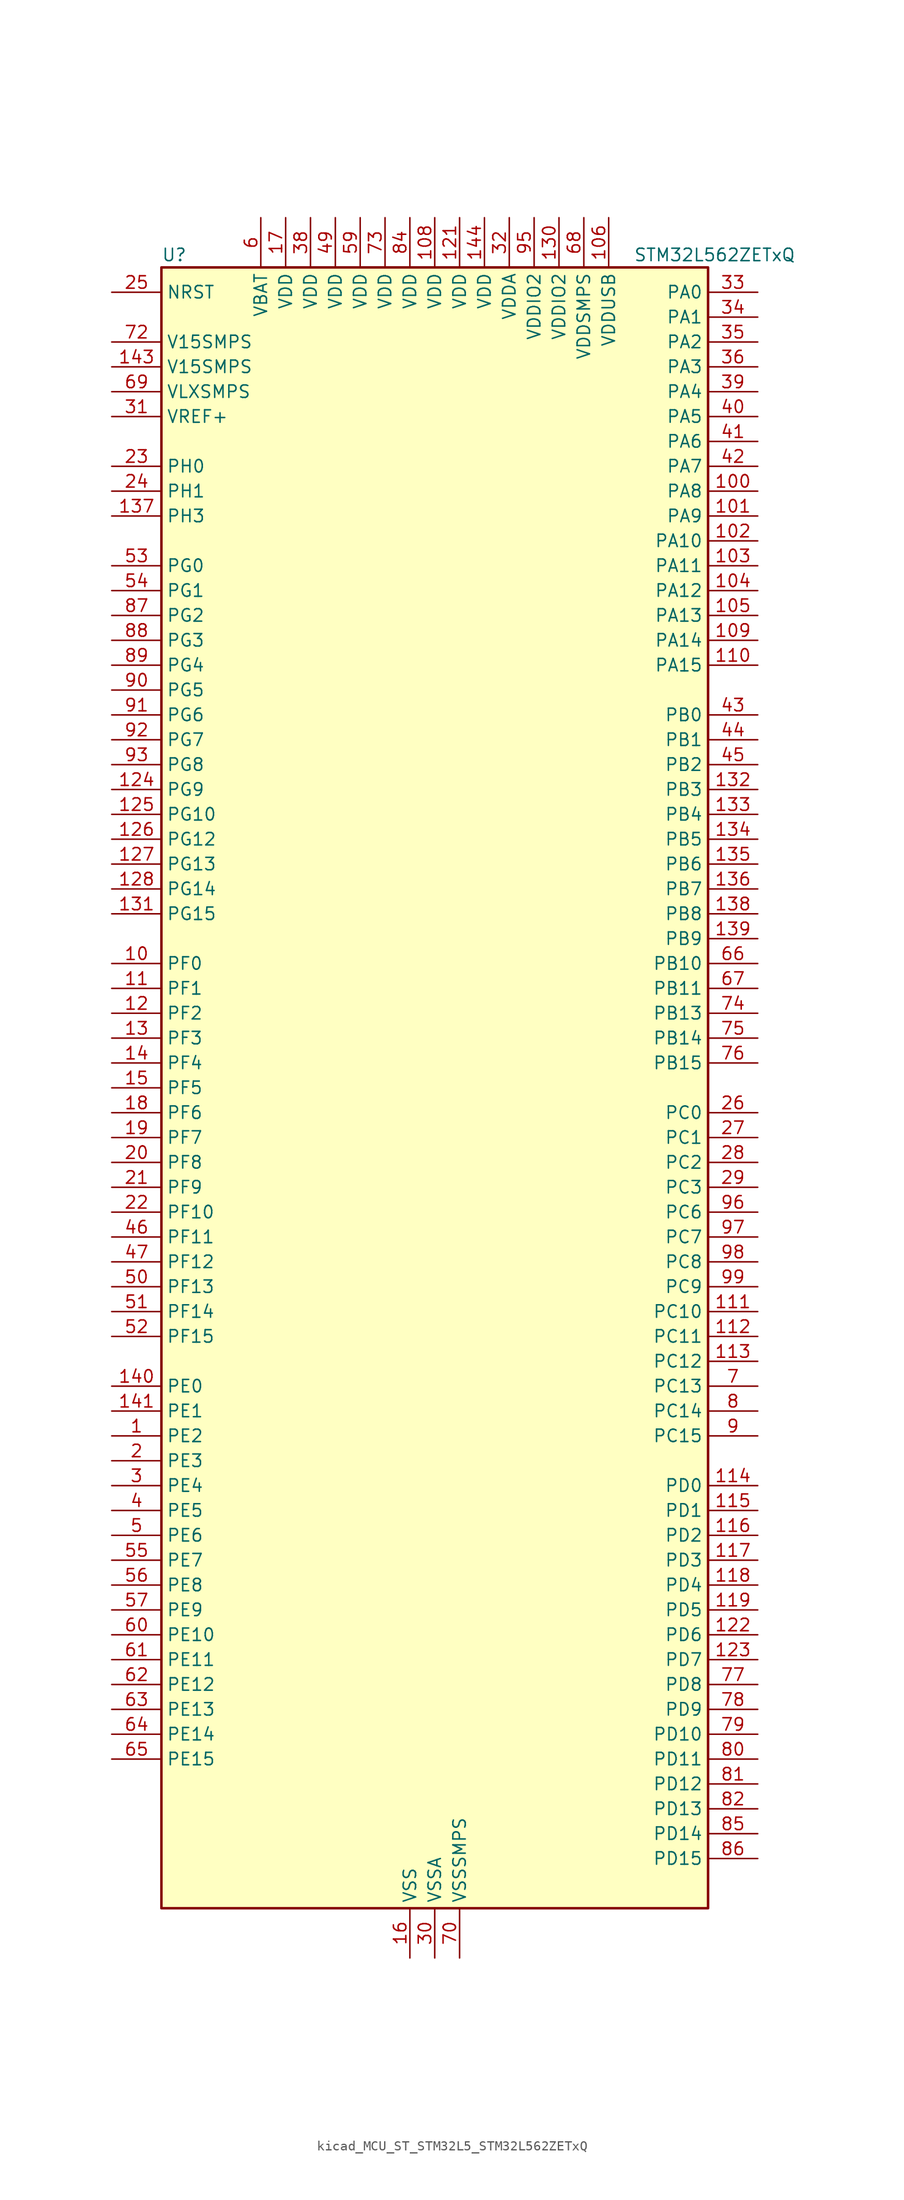
<source format=kicad_sym>
(kicad_symbol_lib
  (version 20220914)
  (generator kicad_symbol_editor)
  (symbol "kicad_MCU_ST_STM32L5_STM32L562ZETxQ"
    (property "Reference" "U"
      (at -27.94 85.09 0)
      (effects (font (size 1.27 1.27)) (justify left)))
    (property "Value" "STM32L562ZETxQ"
      (at 20.32 85.09 0)
      (effects (font (size 1.27 1.27)) (justify left)))
    (property "ki_locked" ""
      (at 0 0 0)
      (effects (font (size 1.27 1.27))))
    (symbol "kicad_MCU_ST_STM32L5_STM32L562ZETxQ_0_1"
      (rectangle (start -27.94 -83.82) (end 27.94 83.82) (stroke (width 0.254) (type default)) (fill (type background))))
    (symbol "kicad_MCU_ST_STM32L5_STM32L562ZETxQ_1_1"
      (pin bidirectional line (at -33.02 -35.56 0) (length 5.08) (name "PE2" (effects (font (size 1.27 1.27)))) (number "1" (effects (font (size 1.27 1.27)))) (alternate "DEBUG_TRACECLK" bidirectional line) (alternate "FMC_A23" bidirectional line) (alternate "SAI1_CK1" bidirectional line) (alternate "SAI1_MCLK_A" bidirectional line) (alternate "TIM3_ETR" bidirectional line) (alternate "TSC_G7_IO1" bidirectional line))
      (pin bidirectional line (at -33.02 12.7 0) (length 5.08) (name "PF0" (effects (font (size 1.27 1.27)))) (number "10" (effects (font (size 1.27 1.27)))) (alternate "FMC_A0" bidirectional line) (alternate "I2C2_SDA" bidirectional line))
      (pin bidirectional line (at 33.02 60.96 180) (length 5.08) (name "PA8" (effects (font (size 1.27 1.27)))) (number "100" (effects (font (size 1.27 1.27)))) (alternate "LPTIM2_OUT" bidirectional line) (alternate "RCC_MCO" bidirectional line) (alternate "SAI1_CK2" bidirectional line) (alternate "SAI1_SCK_A" bidirectional line) (alternate "TIM1_CH1" bidirectional line) (alternate "USART1_CK" bidirectional line))
      (pin bidirectional line (at 33.02 58.42 180) (length 5.08) (name "PA9" (effects (font (size 1.27 1.27)))) (number "101" (effects (font (size 1.27 1.27)))) (alternate "DAC1_EXTI9" bidirectional line) (alternate "SAI1_FS_A" bidirectional line) (alternate "SPI2_SCK" bidirectional line) (alternate "TIM15_BKIN" bidirectional line) (alternate "TIM1_CH2" bidirectional line) (alternate "USART1_TX" bidirectional line))
      (pin bidirectional line (at 33.02 55.88 180) (length 5.08) (name "PA10" (effects (font (size 1.27 1.27)))) (number "102" (effects (font (size 1.27 1.27)))) (alternate "CRS_SYNC" bidirectional line) (alternate "SAI1_D1" bidirectional line) (alternate "SAI1_SD_A" bidirectional line) (alternate "TIM17_BKIN" bidirectional line) (alternate "TIM1_CH3" bidirectional line) (alternate "USART1_RX" bidirectional line))
      (pin bidirectional line (at 33.02 53.34 180) (length 5.08) (name "PA11" (effects (font (size 1.27 1.27)))) (number "103" (effects (font (size 1.27 1.27)))) (alternate "ADC1_EXTI11" bidirectional line) (alternate "ADC2_EXTI11" bidirectional line) (alternate "FDCAN1_RX" bidirectional line) (alternate "SPI1_MISO" bidirectional line) (alternate "TIM1_BKIN2" bidirectional line) (alternate "TIM1_CH4" bidirectional line) (alternate "USART1_CTS" bidirectional line) (alternate "USART1_NSS" bidirectional line) (alternate "USB_DM" bidirectional line))
      (pin bidirectional line (at 33.02 50.8 180) (length 5.08) (name "PA12" (effects (font (size 1.27 1.27)))) (number "104" (effects (font (size 1.27 1.27)))) (alternate "FDCAN1_TX" bidirectional line) (alternate "SPI1_MOSI" bidirectional line) (alternate "TIM1_ETR" bidirectional line) (alternate "USART1_DE" bidirectional line) (alternate "USART1_RTS" bidirectional line) (alternate "USB_DP" bidirectional line))
      (pin bidirectional line (at 33.02 48.26 180) (length 5.08) (name "PA13" (effects (font (size 1.27 1.27)))) (number "105" (effects (font (size 1.27 1.27)))) (alternate "DEBUG_JTMS-SWDIO" bidirectional line) (alternate "IR_OUT" bidirectional line) (alternate "SAI1_SD_B" bidirectional line) (alternate "USB_NOE" bidirectional line))
      (pin power_in line (at 17.78 88.9 270) (length 5.08) (name "VDDUSB" (effects (font (size 1.27 1.27)))) (number "106" (effects (font (size 1.27 1.27)))))
      (pin passive line (at -2.54 -88.9 90) (length 5.08) hide (name "VSS" (effects (font (size 1.27 1.27)))) (number "107" (effects (font (size 1.27 1.27)))))
      (pin power_in line (at 0 88.9 270) (length 5.08) (name "VDD" (effects (font (size 1.27 1.27)))) (number "108" (effects (font (size 1.27 1.27)))))
      (pin bidirectional line (at 33.02 45.72 180) (length 5.08) (name "PA14" (effects (font (size 1.27 1.27)))) (number "109" (effects (font (size 1.27 1.27)))) (alternate "DEBUG_JTCK-SWCLK" bidirectional line) (alternate "I2C1_SMBA" bidirectional line) (alternate "I2C4_SMBA" bidirectional line) (alternate "LPTIM1_OUT" bidirectional line) (alternate "SAI1_FS_B" bidirectional line))
      (pin bidirectional line (at -33.02 10.16 0) (length 5.08) (name "PF1" (effects (font (size 1.27 1.27)))) (number "11" (effects (font (size 1.27 1.27)))) (alternate "FMC_A1" bidirectional line) (alternate "I2C2_SCL" bidirectional line))
      (pin bidirectional line (at 33.02 43.18 180) (length 5.08) (name "PA15" (effects (font (size 1.27 1.27)))) (number "110" (effects (font (size 1.27 1.27)))) (alternate "ADC1_EXTI15" bidirectional line) (alternate "ADC2_EXTI15" bidirectional line) (alternate "DEBUG_JTDI" bidirectional line) (alternate "SAI2_FS_B" bidirectional line) (alternate "SPI1_NSS" bidirectional line) (alternate "SPI3_NSS" bidirectional line) (alternate "TIM2_CH1" bidirectional line) (alternate "TIM2_ETR" bidirectional line) (alternate "UART4_DE" bidirectional line) (alternate "UART4_RTS" bidirectional line) (alternate "UCPD1_CC1" bidirectional line) (alternate "USART2_RX" bidirectional line) (alternate "USART3_DE" bidirectional line) (alternate "USART3_RTS" bidirectional line))
      (pin bidirectional line (at 33.02 -22.86 180) (length 5.08) (name "PC10" (effects (font (size 1.27 1.27)))) (number "111" (effects (font (size 1.27 1.27)))) (alternate "DEBUG_TRACED1" bidirectional line) (alternate "LPTIM3_ETR" bidirectional line) (alternate "SAI2_SCK_B" bidirectional line) (alternate "SDMMC1_D2" bidirectional line) (alternate "SPI3_SCK" bidirectional line) (alternate "TSC_G3_IO2" bidirectional line) (alternate "UART4_TX" bidirectional line) (alternate "USART3_TX" bidirectional line))
      (pin bidirectional line (at 33.02 -25.4 180) (length 5.08) (name "PC11" (effects (font (size 1.27 1.27)))) (number "112" (effects (font (size 1.27 1.27)))) (alternate "ADC1_EXTI11" bidirectional line) (alternate "ADC2_EXTI11" bidirectional line) (alternate "LPTIM3_IN1" bidirectional line) (alternate "OCTOSPI1_NCS" bidirectional line) (alternate "SAI2_MCLK_B" bidirectional line) (alternate "SDMMC1_D3" bidirectional line) (alternate "SPI3_MISO" bidirectional line) (alternate "TSC_G3_IO3" bidirectional line) (alternate "UART4_RX" bidirectional line) (alternate "UCPD1_FRSTX2" bidirectional line) (alternate "USART3_RX" bidirectional line))
      (pin bidirectional line (at 33.02 -27.94 180) (length 5.08) (name "PC12" (effects (font (size 1.27 1.27)))) (number "113" (effects (font (size 1.27 1.27)))) (alternate "DEBUG_TRACED3" bidirectional line) (alternate "SAI2_SD_B" bidirectional line) (alternate "SDMMC1_CK" bidirectional line) (alternate "SPI3_MOSI" bidirectional line) (alternate "TSC_G3_IO4" bidirectional line) (alternate "UART5_TX" bidirectional line) (alternate "USART3_CK" bidirectional line))
      (pin bidirectional line (at 33.02 -40.64 180) (length 5.08) (name "PD0" (effects (font (size 1.27 1.27)))) (number "114" (effects (font (size 1.27 1.27)))) (alternate "FDCAN1_RX" bidirectional line) (alternate "FMC_D2" bidirectional line) (alternate "FMC_DA2" bidirectional line) (alternate "SPI2_NSS" bidirectional line))
      (pin bidirectional line (at 33.02 -43.18 180) (length 5.08) (name "PD1" (effects (font (size 1.27 1.27)))) (number "115" (effects (font (size 1.27 1.27)))) (alternate "FDCAN1_TX" bidirectional line) (alternate "FMC_D3" bidirectional line) (alternate "FMC_DA3" bidirectional line) (alternate "SPI2_SCK" bidirectional line))
      (pin bidirectional line (at 33.02 -45.72 180) (length 5.08) (name "PD2" (effects (font (size 1.27 1.27)))) (number "116" (effects (font (size 1.27 1.27)))) (alternate "DEBUG_TRACED2" bidirectional line) (alternate "SDMMC1_CMD" bidirectional line) (alternate "TIM3_ETR" bidirectional line) (alternate "TSC_SYNC" bidirectional line) (alternate "UART5_RX" bidirectional line) (alternate "USART3_DE" bidirectional line) (alternate "USART3_RTS" bidirectional line))
      (pin bidirectional line (at 33.02 -48.26 180) (length 5.08) (name "PD3" (effects (font (size 1.27 1.27)))) (number "117" (effects (font (size 1.27 1.27)))) (alternate "DFSDM1_DATIN0" bidirectional line) (alternate "FMC_CLK" bidirectional line) (alternate "SPI2_MISO" bidirectional line) (alternate "SPI2_SCK" bidirectional line) (alternate "USART2_CTS" bidirectional line) (alternate "USART2_NSS" bidirectional line))
      (pin bidirectional line (at 33.02 -50.8 180) (length 5.08) (name "PD4" (effects (font (size 1.27 1.27)))) (number "118" (effects (font (size 1.27 1.27)))) (alternate "DFSDM1_CKIN0" bidirectional line) (alternate "FMC_NOE" bidirectional line) (alternate "OCTOSPI1_IO4" bidirectional line) (alternate "SPI2_MOSI" bidirectional line) (alternate "USART2_DE" bidirectional line) (alternate "USART2_RTS" bidirectional line))
      (pin bidirectional line (at 33.02 -53.34 180) (length 5.08) (name "PD5" (effects (font (size 1.27 1.27)))) (number "119" (effects (font (size 1.27 1.27)))) (alternate "FMC_NWE" bidirectional line) (alternate "OCTOSPI1_IO5" bidirectional line) (alternate "USART2_TX" bidirectional line))
      (pin bidirectional line (at -33.02 7.62 0) (length 5.08) (name "PF2" (effects (font (size 1.27 1.27)))) (number "12" (effects (font (size 1.27 1.27)))) (alternate "FMC_A2" bidirectional line) (alternate "I2C2_SMBA" bidirectional line))
      (pin passive line (at -2.54 -88.9 90) (length 5.08) hide (name "VSS" (effects (font (size 1.27 1.27)))) (number "120" (effects (font (size 1.27 1.27)))))
      (pin power_in line (at 2.54 88.9 270) (length 5.08) (name "VDD" (effects (font (size 1.27 1.27)))) (number "121" (effects (font (size 1.27 1.27)))))
      (pin bidirectional line (at 33.02 -55.88 180) (length 5.08) (name "PD6" (effects (font (size 1.27 1.27)))) (number "122" (effects (font (size 1.27 1.27)))) (alternate "DFSDM1_DATIN1" bidirectional line) (alternate "FMC_NWAIT" bidirectional line) (alternate "OCTOSPI1_IO6" bidirectional line) (alternate "SAI1_D1" bidirectional line) (alternate "SAI1_SD_A" bidirectional line) (alternate "SPI3_MOSI" bidirectional line) (alternate "USART2_RX" bidirectional line))
      (pin bidirectional line (at 33.02 -58.42 180) (length 5.08) (name "PD7" (effects (font (size 1.27 1.27)))) (number "123" (effects (font (size 1.27 1.27)))) (alternate "DFSDM1_CKIN1" bidirectional line) (alternate "FMC_NCE" bidirectional line) (alternate "FMC_NE1" bidirectional line) (alternate "OCTOSPI1_IO7" bidirectional line) (alternate "USART2_CK" bidirectional line))
      (pin bidirectional line (at -33.02 30.48 0) (length 5.08) (name "PG9" (effects (font (size 1.27 1.27)))) (number "124" (effects (font (size 1.27 1.27)))) (alternate "DAC1_EXTI9" bidirectional line) (alternate "FMC_NCE" bidirectional line) (alternate "FMC_NE2" bidirectional line) (alternate "SAI2_SCK_A" bidirectional line) (alternate "SPI3_SCK" bidirectional line) (alternate "TIM15_CH1N" bidirectional line) (alternate "USART1_TX" bidirectional line))
      (pin bidirectional line (at -33.02 27.94 0) (length 5.08) (name "PG10" (effects (font (size 1.27 1.27)))) (number "125" (effects (font (size 1.27 1.27)))) (alternate "FMC_NE3" bidirectional line) (alternate "LPTIM1_IN1" bidirectional line) (alternate "SAI2_FS_A" bidirectional line) (alternate "SPI3_MISO" bidirectional line) (alternate "TIM15_CH1" bidirectional line) (alternate "USART1_RX" bidirectional line))
      (pin bidirectional line (at -33.02 25.4 0) (length 5.08) (name "PG12" (effects (font (size 1.27 1.27)))) (number "126" (effects (font (size 1.27 1.27)))) (alternate "FMC_NE4" bidirectional line) (alternate "LPTIM1_ETR" bidirectional line) (alternate "SAI2_SD_A" bidirectional line) (alternate "SPI3_NSS" bidirectional line) (alternate "USART1_DE" bidirectional line) (alternate "USART1_RTS" bidirectional line))
      (pin bidirectional line (at -33.02 22.86 0) (length 5.08) (name "PG13" (effects (font (size 1.27 1.27)))) (number "127" (effects (font (size 1.27 1.27)))) (alternate "FMC_A24" bidirectional line) (alternate "I2C1_SDA" bidirectional line) (alternate "USART1_CK" bidirectional line))
      (pin bidirectional line (at -33.02 20.32 0) (length 5.08) (name "PG14" (effects (font (size 1.27 1.27)))) (number "128" (effects (font (size 1.27 1.27)))) (alternate "FMC_A25" bidirectional line) (alternate "I2C1_SCL" bidirectional line))
      (pin passive line (at -2.54 -88.9 90) (length 5.08) hide (name "VSS" (effects (font (size 1.27 1.27)))) (number "129" (effects (font (size 1.27 1.27)))))
      (pin bidirectional line (at -33.02 5.08 0) (length 5.08) (name "PF3" (effects (font (size 1.27 1.27)))) (number "13" (effects (font (size 1.27 1.27)))) (alternate "FMC_A3" bidirectional line) (alternate "LPTIM3_IN1" bidirectional line))
      (pin power_in line (at 12.7 88.9 270) (length 5.08) (name "VDDIO2" (effects (font (size 1.27 1.27)))) (number "130" (effects (font (size 1.27 1.27)))))
      (pin bidirectional line (at -33.02 17.78 0) (length 5.08) (name "PG15" (effects (font (size 1.27 1.27)))) (number "131" (effects (font (size 1.27 1.27)))) (alternate "ADC1_EXTI15" bidirectional line) (alternate "ADC2_EXTI15" bidirectional line) (alternate "I2C1_SMBA" bidirectional line) (alternate "LPTIM1_OUT" bidirectional line))
      (pin bidirectional line (at 33.02 30.48 180) (length 5.08) (name "PB3" (effects (font (size 1.27 1.27)))) (number "132" (effects (font (size 1.27 1.27)))) (alternate "COMP2_INM" bidirectional line) (alternate "CRS_SYNC" bidirectional line) (alternate "DEBUG_JTDO-SWO" bidirectional line) (alternate "SAI1_SCK_B" bidirectional line) (alternate "SPI1_SCK" bidirectional line) (alternate "SPI3_SCK" bidirectional line) (alternate "TIM2_CH2" bidirectional line) (alternate "USART1_DE" bidirectional line) (alternate "USART1_RTS" bidirectional line))
      (pin bidirectional line (at 33.02 27.94 180) (length 5.08) (name "PB4" (effects (font (size 1.27 1.27)))) (number "133" (effects (font (size 1.27 1.27)))) (alternate "COMP2_INP" bidirectional line) (alternate "DEBUG_JTRST" bidirectional line) (alternate "I2C3_SDA" bidirectional line) (alternate "SAI1_MCLK_B" bidirectional line) (alternate "SPI1_MISO" bidirectional line) (alternate "SPI3_MISO" bidirectional line) (alternate "TIM17_BKIN" bidirectional line) (alternate "TIM3_CH1" bidirectional line) (alternate "TSC_G2_IO1" bidirectional line) (alternate "UART5_DE" bidirectional line) (alternate "UART5_RTS" bidirectional line) (alternate "USART1_CTS" bidirectional line) (alternate "USART1_NSS" bidirectional line))
      (pin bidirectional line (at 33.02 25.4 180) (length 5.08) (name "PB5" (effects (font (size 1.27 1.27)))) (number "134" (effects (font (size 1.27 1.27)))) (alternate "COMP2_OUT" bidirectional line) (alternate "I2C1_SMBA" bidirectional line) (alternate "LPTIM1_IN1" bidirectional line) (alternate "OCTOSPI1_NCLK" bidirectional line) (alternate "SAI1_SD_B" bidirectional line) (alternate "SPI1_MOSI" bidirectional line) (alternate "SPI3_MOSI" bidirectional line) (alternate "TIM16_BKIN" bidirectional line) (alternate "TIM3_CH2" bidirectional line) (alternate "TSC_G2_IO2" bidirectional line) (alternate "UART5_CTS" bidirectional line) (alternate "UCPD1_DBCC1" bidirectional line) (alternate "USART1_CK" bidirectional line))
      (pin bidirectional line (at 33.02 22.86 180) (length 5.08) (name "PB6" (effects (font (size 1.27 1.27)))) (number "135" (effects (font (size 1.27 1.27)))) (alternate "COMP2_INP" bidirectional line) (alternate "I2C1_SCL" bidirectional line) (alternate "I2C4_SCL" bidirectional line) (alternate "LPTIM1_ETR" bidirectional line) (alternate "SAI1_FS_B" bidirectional line) (alternate "TIM16_CH1N" bidirectional line) (alternate "TIM4_CH1" bidirectional line) (alternate "TIM8_BKIN2" bidirectional line) (alternate "TSC_G2_IO3" bidirectional line) (alternate "USART1_TX" bidirectional line))
      (pin bidirectional line (at 33.02 20.32 180) (length 5.08) (name "PB7" (effects (font (size 1.27 1.27)))) (number "136" (effects (font (size 1.27 1.27)))) (alternate "COMP2_INM" bidirectional line) (alternate "FMC_NL" bidirectional line) (alternate "I2C1_SDA" bidirectional line) (alternate "I2C4_SDA" bidirectional line) (alternate "LPTIM1_IN2" bidirectional line) (alternate "PWR_PVD_IN" bidirectional line) (alternate "TIM17_CH1N" bidirectional line) (alternate "TIM4_CH2" bidirectional line) (alternate "TIM8_BKIN" bidirectional line) (alternate "TSC_G2_IO4" bidirectional line) (alternate "UART4_CTS" bidirectional line) (alternate "USART1_RX" bidirectional line))
      (pin bidirectional line (at -33.02 58.42 0) (length 5.08) (name "PH3" (effects (font (size 1.27 1.27)))) (number "137" (effects (font (size 1.27 1.27)))))
      (pin bidirectional line (at 33.02 17.78 180) (length 5.08) (name "PB8" (effects (font (size 1.27 1.27)))) (number "138" (effects (font (size 1.27 1.27)))) (alternate "DFSDM1_CKOUT" bidirectional line) (alternate "FDCAN1_RX" bidirectional line) (alternate "I2C1_SCL" bidirectional line) (alternate "SAI1_CK1" bidirectional line) (alternate "SAI1_MCLK_A" bidirectional line) (alternate "SDMMC1_CKIN" bidirectional line) (alternate "SDMMC1_D4" bidirectional line) (alternate "TIM16_CH1" bidirectional line) (alternate "TIM4_CH3" bidirectional line))
      (pin bidirectional line (at 33.02 15.24 180) (length 5.08) (name "PB9" (effects (font (size 1.27 1.27)))) (number "139" (effects (font (size 1.27 1.27)))) (alternate "DAC1_EXTI9" bidirectional line) (alternate "FDCAN1_TX" bidirectional line) (alternate "I2C1_SDA" bidirectional line) (alternate "IR_OUT" bidirectional line) (alternate "SAI1_D2" bidirectional line) (alternate "SAI1_FS_A" bidirectional line) (alternate "SDMMC1_CDIR" bidirectional line) (alternate "SDMMC1_D5" bidirectional line) (alternate "SPI2_NSS" bidirectional line) (alternate "TIM17_CH1" bidirectional line) (alternate "TIM4_CH4" bidirectional line))
      (pin bidirectional line (at -33.02 2.54 0) (length 5.08) (name "PF4" (effects (font (size 1.27 1.27)))) (number "14" (effects (font (size 1.27 1.27)))) (alternate "FMC_A4" bidirectional line) (alternate "LPTIM3_ETR" bidirectional line))
      (pin bidirectional line (at -33.02 -30.48 0) (length 5.08) (name "PE0" (effects (font (size 1.27 1.27)))) (number "140" (effects (font (size 1.27 1.27)))) (alternate "FMC_NBL0" bidirectional line) (alternate "TIM16_CH1" bidirectional line) (alternate "TIM4_ETR" bidirectional line))
      (pin bidirectional line (at -33.02 -33.02 0) (length 5.08) (name "PE1" (effects (font (size 1.27 1.27)))) (number "141" (effects (font (size 1.27 1.27)))) (alternate "FMC_NBL1" bidirectional line) (alternate "TIM17_CH1" bidirectional line))
      (pin passive line (at -2.54 -88.9 90) (length 5.08) hide (name "VSS" (effects (font (size 1.27 1.27)))) (number "142" (effects (font (size 1.27 1.27)))))
      (pin power_in line (at -33.02 73.66 0) (length 5.08) (name "V15SMPS" (effects (font (size 1.27 1.27)))) (number "143" (effects (font (size 1.27 1.27)))))
      (pin power_in line (at 5.08 88.9 270) (length 5.08) (name "VDD" (effects (font (size 1.27 1.27)))) (number "144" (effects (font (size 1.27 1.27)))))
      (pin bidirectional line (at -33.02 0 0) (length 5.08) (name "PF5" (effects (font (size 1.27 1.27)))) (number "15" (effects (font (size 1.27 1.27)))) (alternate "FMC_A5" bidirectional line) (alternate "LPTIM3_OUT" bidirectional line))
      (pin power_in line (at -2.54 -88.9 90) (length 5.08) (name "VSS" (effects (font (size 1.27 1.27)))) (number "16" (effects (font (size 1.27 1.27)))))
      (pin power_in line (at -15.24 88.9 270) (length 5.08) (name "VDD" (effects (font (size 1.27 1.27)))) (number "17" (effects (font (size 1.27 1.27)))))
      (pin bidirectional line (at -33.02 -2.54 0) (length 5.08) (name "PF6" (effects (font (size 1.27 1.27)))) (number "18" (effects (font (size 1.27 1.27)))) (alternate "OCTOSPI1_IO3" bidirectional line) (alternate "SAI1_SD_B" bidirectional line) (alternate "TIM5_CH1" bidirectional line) (alternate "TIM5_ETR" bidirectional line))
      (pin bidirectional line (at -33.02 -5.08 0) (length 5.08) (name "PF7" (effects (font (size 1.27 1.27)))) (number "19" (effects (font (size 1.27 1.27)))) (alternate "OCTOSPI1_IO2" bidirectional line) (alternate "SAI1_MCLK_B" bidirectional line) (alternate "TAMP_IN6" bidirectional line) (alternate "TAMP_OUT3" bidirectional line) (alternate "TIM5_CH2" bidirectional line))
      (pin bidirectional line (at -33.02 -38.1 0) (length 5.08) (name "PE3" (effects (font (size 1.27 1.27)))) (number "2" (effects (font (size 1.27 1.27)))) (alternate "DEBUG_TRACED0" bidirectional line) (alternate "FMC_A19" bidirectional line) (alternate "OCTOSPI1_DQS" bidirectional line) (alternate "SAI1_SD_B" bidirectional line) (alternate "TIM3_CH1" bidirectional line) (alternate "TSC_G7_IO2" bidirectional line))
      (pin bidirectional line (at -33.02 -7.62 0) (length 5.08) (name "PF8" (effects (font (size 1.27 1.27)))) (number "20" (effects (font (size 1.27 1.27)))) (alternate "OCTOSPI1_IO0" bidirectional line) (alternate "SAI1_SCK_B" bidirectional line) (alternate "TAMP_IN7" bidirectional line) (alternate "TAMP_OUT8" bidirectional line) (alternate "TIM5_CH3" bidirectional line))
      (pin bidirectional line (at -33.02 -10.16 0) (length 5.08) (name "PF9" (effects (font (size 1.27 1.27)))) (number "21" (effects (font (size 1.27 1.27)))) (alternate "DAC1_EXTI9" bidirectional line) (alternate "OCTOSPI1_IO1" bidirectional line) (alternate "SAI1_FS_B" bidirectional line) (alternate "TAMP_IN8" bidirectional line) (alternate "TAMP_OUT7" bidirectional line) (alternate "TIM15_CH1" bidirectional line) (alternate "TIM5_CH4" bidirectional line))
      (pin bidirectional line (at -33.02 -12.7 0) (length 5.08) (name "PF10" (effects (font (size 1.27 1.27)))) (number "22" (effects (font (size 1.27 1.27)))) (alternate "DFSDM1_CKOUT" bidirectional line) (alternate "OCTOSPI1_CLK" bidirectional line) (alternate "SAI1_D3" bidirectional line) (alternate "TIM15_CH2" bidirectional line))
      (pin bidirectional line (at -33.02 63.5 0) (length 5.08) (name "PH0" (effects (font (size 1.27 1.27)))) (number "23" (effects (font (size 1.27 1.27)))) (alternate "RCC_OSC_IN" bidirectional line))
      (pin bidirectional line (at -33.02 60.96 0) (length 5.08) (name "PH1" (effects (font (size 1.27 1.27)))) (number "24" (effects (font (size 1.27 1.27)))) (alternate "RCC_OSC_OUT" bidirectional line))
      (pin input line (at -33.02 81.28 0) (length 5.08) (name "NRST" (effects (font (size 1.27 1.27)))) (number "25" (effects (font (size 1.27 1.27)))))
      (pin bidirectional line (at 33.02 -2.54 180) (length 5.08) (name "PC0" (effects (font (size 1.27 1.27)))) (number "26" (effects (font (size 1.27 1.27)))) (alternate "ADC1_IN1" bidirectional line) (alternate "ADC2_IN1" bidirectional line) (alternate "I2C3_SCL" bidirectional line) (alternate "LPTIM1_IN1" bidirectional line) (alternate "LPTIM2_IN1" bidirectional line) (alternate "LPUART1_RX" bidirectional line) (alternate "OCTOSPI1_IO7" bidirectional line) (alternate "SAI2_FS_A" bidirectional line) (alternate "SDMMC1_D5" bidirectional line))
      (pin bidirectional line (at 33.02 -5.08 180) (length 5.08) (name "PC1" (effects (font (size 1.27 1.27)))) (number "27" (effects (font (size 1.27 1.27)))) (alternate "ADC1_IN2" bidirectional line) (alternate "ADC2_IN2" bidirectional line) (alternate "DEBUG_TRACED0" bidirectional line) (alternate "I2C3_SDA" bidirectional line) (alternate "LPTIM1_OUT" bidirectional line) (alternate "LPUART1_TX" bidirectional line) (alternate "OCTOSPI1_IO4" bidirectional line) (alternate "SAI1_SD_A" bidirectional line) (alternate "SPI2_MOSI" bidirectional line))
      (pin bidirectional line (at 33.02 -7.62 180) (length 5.08) (name "PC2" (effects (font (size 1.27 1.27)))) (number "28" (effects (font (size 1.27 1.27)))) (alternate "ADC1_IN3" bidirectional line) (alternate "ADC2_IN3" bidirectional line) (alternate "DFSDM1_CKOUT" bidirectional line) (alternate "LPTIM1_IN2" bidirectional line) (alternate "OCTOSPI1_IO5" bidirectional line) (alternate "SPI2_MISO" bidirectional line))
      (pin bidirectional line (at 33.02 -10.16 180) (length 5.08) (name "PC3" (effects (font (size 1.27 1.27)))) (number "29" (effects (font (size 1.27 1.27)))) (alternate "ADC1_IN4" bidirectional line) (alternate "ADC2_IN4" bidirectional line) (alternate "LPTIM1_ETR" bidirectional line) (alternate "LPTIM2_ETR" bidirectional line) (alternate "LPTIM3_OUT" bidirectional line) (alternate "OCTOSPI1_IO6" bidirectional line) (alternate "SAI1_D1" bidirectional line) (alternate "SAI1_SD_A" bidirectional line) (alternate "SPI2_MOSI" bidirectional line))
      (pin bidirectional line (at -33.02 -40.64 0) (length 5.08) (name "PE4" (effects (font (size 1.27 1.27)))) (number "3" (effects (font (size 1.27 1.27)))) (alternate "DEBUG_TRACED1" bidirectional line) (alternate "DFSDM1_DATIN3" bidirectional line) (alternate "FMC_A20" bidirectional line) (alternate "SAI1_D2" bidirectional line) (alternate "SAI1_FS_A" bidirectional line) (alternate "TIM3_CH2" bidirectional line) (alternate "TSC_G7_IO3" bidirectional line))
      (pin power_in line (at 0 -88.9 90) (length 5.08) (name "VSSA" (effects (font (size 1.27 1.27)))) (number "30" (effects (font (size 1.27 1.27)))))
      (pin input line (at -33.02 68.58 0) (length 5.08) (name "VREF+" (effects (font (size 1.27 1.27)))) (number "31" (effects (font (size 1.27 1.27)))))
      (pin power_in line (at 7.62 88.9 270) (length 5.08) (name "VDDA" (effects (font (size 1.27 1.27)))) (number "32" (effects (font (size 1.27 1.27)))))
      (pin bidirectional line (at 33.02 81.28 180) (length 5.08) (name "PA0" (effects (font (size 1.27 1.27)))) (number "33" (effects (font (size 1.27 1.27)))) (alternate "ADC1_IN5" bidirectional line) (alternate "ADC2_IN5" bidirectional line) (alternate "OPAMP1_VINP" bidirectional line) (alternate "PWR_WKUP1" bidirectional line) (alternate "SAI1_EXTCLK" bidirectional line) (alternate "TAMP_IN2" bidirectional line) (alternate "TAMP_OUT1" bidirectional line) (alternate "TIM2_CH1" bidirectional line) (alternate "TIM2_ETR" bidirectional line) (alternate "TIM5_CH1" bidirectional line) (alternate "TIM8_ETR" bidirectional line) (alternate "UART4_TX" bidirectional line) (alternate "USART2_CTS" bidirectional line) (alternate "USART2_NSS" bidirectional line))
      (pin bidirectional line (at 33.02 78.74 180) (length 5.08) (name "PA1" (effects (font (size 1.27 1.27)))) (number "34" (effects (font (size 1.27 1.27)))) (alternate "ADC1_IN6" bidirectional line) (alternate "ADC2_IN6" bidirectional line) (alternate "I2C1_SMBA" bidirectional line) (alternate "OCTOSPI1_DQS" bidirectional line) (alternate "OPAMP1_VINM" bidirectional line) (alternate "SPI1_SCK" bidirectional line) (alternate "TAMP_IN5" bidirectional line) (alternate "TAMP_OUT4" bidirectional line) (alternate "TIM15_CH1N" bidirectional line) (alternate "TIM2_CH2" bidirectional line) (alternate "TIM5_CH2" bidirectional line) (alternate "UART4_RX" bidirectional line) (alternate "USART2_DE" bidirectional line) (alternate "USART2_RTS" bidirectional line))
      (pin bidirectional line (at 33.02 76.2 180) (length 5.08) (name "PA2" (effects (font (size 1.27 1.27)))) (number "35" (effects (font (size 1.27 1.27)))) (alternate "ADC1_IN7" bidirectional line) (alternate "ADC2_IN7" bidirectional line) (alternate "COMP1_INP" bidirectional line) (alternate "LPUART1_TX" bidirectional line) (alternate "OCTOSPI1_NCS" bidirectional line) (alternate "PWR_WKUP4" bidirectional line) (alternate "RCC_LSCO" bidirectional line) (alternate "SAI2_EXTCLK" bidirectional line) (alternate "TIM15_CH1" bidirectional line) (alternate "TIM2_CH3" bidirectional line) (alternate "TIM5_CH3" bidirectional line) (alternate "UCPD1_FRSTX1" bidirectional line) (alternate "USART2_TX" bidirectional line))
      (pin bidirectional line (at 33.02 73.66 180) (length 5.08) (name "PA3" (effects (font (size 1.27 1.27)))) (number "36" (effects (font (size 1.27 1.27)))) (alternate "ADC1_IN8" bidirectional line) (alternate "ADC2_IN8" bidirectional line) (alternate "LPUART1_RX" bidirectional line) (alternate "OCTOSPI1_CLK" bidirectional line) (alternate "OPAMP1_VOUT" bidirectional line) (alternate "SAI1_CK1" bidirectional line) (alternate "SAI1_MCLK_A" bidirectional line) (alternate "TIM15_CH2" bidirectional line) (alternate "TIM2_CH4" bidirectional line) (alternate "TIM5_CH4" bidirectional line) (alternate "USART2_RX" bidirectional line))
      (pin passive line (at -2.54 -88.9 90) (length 5.08) hide (name "VSS" (effects (font (size 1.27 1.27)))) (number "37" (effects (font (size 1.27 1.27)))))
      (pin power_in line (at -12.7 88.9 270) (length 5.08) (name "VDD" (effects (font (size 1.27 1.27)))) (number "38" (effects (font (size 1.27 1.27)))))
      (pin bidirectional line (at 33.02 71.12 180) (length 5.08) (name "PA4" (effects (font (size 1.27 1.27)))) (number "39" (effects (font (size 1.27 1.27)))) (alternate "ADC1_IN9" bidirectional line) (alternate "ADC2_IN9" bidirectional line) (alternate "DAC1_OUT1" bidirectional line) (alternate "LPTIM2_OUT" bidirectional line) (alternate "OCTOSPI1_NCS" bidirectional line) (alternate "SAI1_FS_B" bidirectional line) (alternate "SPI1_NSS" bidirectional line) (alternate "SPI3_NSS" bidirectional line) (alternate "USART2_CK" bidirectional line))
      (pin bidirectional line (at -33.02 -43.18 0) (length 5.08) (name "PE5" (effects (font (size 1.27 1.27)))) (number "4" (effects (font (size 1.27 1.27)))) (alternate "DEBUG_TRACED2" bidirectional line) (alternate "DFSDM1_CKIN3" bidirectional line) (alternate "FMC_A21" bidirectional line) (alternate "SAI1_CK2" bidirectional line) (alternate "SAI1_SCK_A" bidirectional line) (alternate "TIM3_CH3" bidirectional line) (alternate "TSC_G7_IO4" bidirectional line))
      (pin bidirectional line (at 33.02 68.58 180) (length 5.08) (name "PA5" (effects (font (size 1.27 1.27)))) (number "40" (effects (font (size 1.27 1.27)))) (alternate "ADC1_IN10" bidirectional line) (alternate "ADC2_IN10" bidirectional line) (alternate "DAC1_OUT2" bidirectional line) (alternate "LPTIM2_ETR" bidirectional line) (alternate "SPI1_SCK" bidirectional line) (alternate "TIM2_CH1" bidirectional line) (alternate "TIM2_ETR" bidirectional line) (alternate "TIM8_CH1N" bidirectional line))
      (pin bidirectional line (at 33.02 66.04 180) (length 5.08) (name "PA6" (effects (font (size 1.27 1.27)))) (number "41" (effects (font (size 1.27 1.27)))) (alternate "ADC1_IN11" bidirectional line) (alternate "ADC2_IN11" bidirectional line) (alternate "LPUART1_CTS" bidirectional line) (alternate "OCTOSPI1_IO3" bidirectional line) (alternate "OPAMP2_VINP" bidirectional line) (alternate "SPI1_MISO" bidirectional line) (alternate "TIM16_CH1" bidirectional line) (alternate "TIM1_BKIN" bidirectional line) (alternate "TIM3_CH1" bidirectional line) (alternate "TIM8_BKIN" bidirectional line) (alternate "USART3_CTS" bidirectional line) (alternate "USART3_NSS" bidirectional line))
      (pin bidirectional line (at 33.02 63.5 180) (length 5.08) (name "PA7" (effects (font (size 1.27 1.27)))) (number "42" (effects (font (size 1.27 1.27)))) (alternate "ADC1_IN12" bidirectional line) (alternate "ADC2_IN12" bidirectional line) (alternate "I2C3_SCL" bidirectional line) (alternate "OCTOSPI1_IO2" bidirectional line) (alternate "OPAMP2_VINM" bidirectional line) (alternate "SPI1_MOSI" bidirectional line) (alternate "TIM17_CH1" bidirectional line) (alternate "TIM1_CH1N" bidirectional line) (alternate "TIM3_CH2" bidirectional line) (alternate "TIM8_CH1N" bidirectional line))
      (pin bidirectional line (at 33.02 38.1 180) (length 5.08) (name "PB0" (effects (font (size 1.27 1.27)))) (number "43" (effects (font (size 1.27 1.27)))) (alternate "ADC1_IN15" bidirectional line) (alternate "ADC2_IN15" bidirectional line) (alternate "COMP1_OUT" bidirectional line) (alternate "OCTOSPI1_IO1" bidirectional line) (alternate "OPAMP2_VOUT" bidirectional line) (alternate "SAI1_EXTCLK" bidirectional line) (alternate "SPI1_NSS" bidirectional line) (alternate "TIM1_CH2N" bidirectional line) (alternate "TIM3_CH3" bidirectional line) (alternate "TIM8_CH2N" bidirectional line) (alternate "USART3_CK" bidirectional line))
      (pin bidirectional line (at 33.02 35.56 180) (length 5.08) (name "PB1" (effects (font (size 1.27 1.27)))) (number "44" (effects (font (size 1.27 1.27)))) (alternate "ADC1_IN16" bidirectional line) (alternate "ADC2_IN16" bidirectional line) (alternate "COMP1_INM" bidirectional line) (alternate "DFSDM1_DATIN0" bidirectional line) (alternate "LPTIM2_IN1" bidirectional line) (alternate "LPUART1_DE" bidirectional line) (alternate "LPUART1_RTS" bidirectional line) (alternate "OCTOSPI1_IO0" bidirectional line) (alternate "TIM1_CH3N" bidirectional line) (alternate "TIM3_CH4" bidirectional line) (alternate "TIM8_CH3N" bidirectional line) (alternate "USART3_DE" bidirectional line) (alternate "USART3_RTS" bidirectional line))
      (pin bidirectional line (at 33.02 33.02 180) (length 5.08) (name "PB2" (effects (font (size 1.27 1.27)))) (number "45" (effects (font (size 1.27 1.27)))) (alternate "COMP1_INP" bidirectional line) (alternate "DFSDM1_CKIN0" bidirectional line) (alternate "I2C3_SMBA" bidirectional line) (alternate "LPTIM1_OUT" bidirectional line) (alternate "OCTOSPI1_DQS" bidirectional line) (alternate "RTC_OUT2" bidirectional line) (alternate "UCPD1_FRSTX1" bidirectional line))
      (pin bidirectional line (at -33.02 -15.24 0) (length 5.08) (name "PF11" (effects (font (size 1.27 1.27)))) (number "46" (effects (font (size 1.27 1.27)))) (alternate "ADC1_EXTI11" bidirectional line) (alternate "ADC2_EXTI11" bidirectional line) (alternate "OCTOSPI1_NCLK" bidirectional line))
      (pin bidirectional line (at -33.02 -17.78 0) (length 5.08) (name "PF12" (effects (font (size 1.27 1.27)))) (number "47" (effects (font (size 1.27 1.27)))) (alternate "FMC_A6" bidirectional line))
      (pin passive line (at -2.54 -88.9 90) (length 5.08) hide (name "VSS" (effects (font (size 1.27 1.27)))) (number "48" (effects (font (size 1.27 1.27)))))
      (pin power_in line (at -10.16 88.9 270) (length 5.08) (name "VDD" (effects (font (size 1.27 1.27)))) (number "49" (effects (font (size 1.27 1.27)))))
      (pin bidirectional line (at -33.02 -45.72 0) (length 5.08) (name "PE6" (effects (font (size 1.27 1.27)))) (number "5" (effects (font (size 1.27 1.27)))) (alternate "DEBUG_TRACED3" bidirectional line) (alternate "FMC_A22" bidirectional line) (alternate "PWR_WKUP3" bidirectional line) (alternate "SAI1_D1" bidirectional line) (alternate "SAI1_SD_A" bidirectional line) (alternate "TAMP_IN3" bidirectional line) (alternate "TAMP_OUT6" bidirectional line) (alternate "TIM3_CH4" bidirectional line))
      (pin bidirectional line (at -33.02 -20.32 0) (length 5.08) (name "PF13" (effects (font (size 1.27 1.27)))) (number "50" (effects (font (size 1.27 1.27)))) (alternate "FMC_A7" bidirectional line) (alternate "I2C4_SMBA" bidirectional line))
      (pin bidirectional line (at -33.02 -22.86 0) (length 5.08) (name "PF14" (effects (font (size 1.27 1.27)))) (number "51" (effects (font (size 1.27 1.27)))) (alternate "FMC_A8" bidirectional line) (alternate "I2C4_SCL" bidirectional line) (alternate "TSC_G8_IO1" bidirectional line))
      (pin bidirectional line (at -33.02 -25.4 0) (length 5.08) (name "PF15" (effects (font (size 1.27 1.27)))) (number "52" (effects (font (size 1.27 1.27)))) (alternate "ADC1_EXTI15" bidirectional line) (alternate "ADC2_EXTI15" bidirectional line) (alternate "FMC_A9" bidirectional line) (alternate "I2C4_SDA" bidirectional line) (alternate "TSC_G8_IO2" bidirectional line))
      (pin bidirectional line (at -33.02 53.34 0) (length 5.08) (name "PG0" (effects (font (size 1.27 1.27)))) (number "53" (effects (font (size 1.27 1.27)))) (alternate "FMC_A10" bidirectional line) (alternate "TSC_G8_IO3" bidirectional line))
      (pin bidirectional line (at -33.02 50.8 0) (length 5.08) (name "PG1" (effects (font (size 1.27 1.27)))) (number "54" (effects (font (size 1.27 1.27)))) (alternate "FMC_A11" bidirectional line) (alternate "TSC_G8_IO4" bidirectional line))
      (pin bidirectional line (at -33.02 -48.26 0) (length 5.08) (name "PE7" (effects (font (size 1.27 1.27)))) (number "55" (effects (font (size 1.27 1.27)))) (alternate "DFSDM1_DATIN2" bidirectional line) (alternate "FMC_D4" bidirectional line) (alternate "FMC_DA4" bidirectional line) (alternate "SAI1_SD_B" bidirectional line) (alternate "TIM1_ETR" bidirectional line))
      (pin bidirectional line (at -33.02 -50.8 0) (length 5.08) (name "PE8" (effects (font (size 1.27 1.27)))) (number "56" (effects (font (size 1.27 1.27)))) (alternate "DFSDM1_CKIN2" bidirectional line) (alternate "FMC_D5" bidirectional line) (alternate "FMC_DA5" bidirectional line) (alternate "SAI1_SCK_B" bidirectional line) (alternate "TIM1_CH1N" bidirectional line))
      (pin bidirectional line (at -33.02 -53.34 0) (length 5.08) (name "PE9" (effects (font (size 1.27 1.27)))) (number "57" (effects (font (size 1.27 1.27)))) (alternate "DAC1_EXTI9" bidirectional line) (alternate "DFSDM1_CKOUT" bidirectional line) (alternate "FMC_D6" bidirectional line) (alternate "FMC_DA6" bidirectional line) (alternate "OCTOSPI1_NCLK" bidirectional line) (alternate "SAI1_FS_B" bidirectional line) (alternate "TIM1_CH1" bidirectional line))
      (pin passive line (at -2.54 -88.9 90) (length 5.08) hide (name "VSS" (effects (font (size 1.27 1.27)))) (number "58" (effects (font (size 1.27 1.27)))))
      (pin power_in line (at -7.62 88.9 270) (length 5.08) (name "VDD" (effects (font (size 1.27 1.27)))) (number "59" (effects (font (size 1.27 1.27)))))
      (pin power_in line (at -17.78 88.9 270) (length 5.08) (name "VBAT" (effects (font (size 1.27 1.27)))) (number "6" (effects (font (size 1.27 1.27)))))
      (pin bidirectional line (at -33.02 -55.88 0) (length 5.08) (name "PE10" (effects (font (size 1.27 1.27)))) (number "60" (effects (font (size 1.27 1.27)))) (alternate "FMC_D7" bidirectional line) (alternate "FMC_DA7" bidirectional line) (alternate "OCTOSPI1_CLK" bidirectional line) (alternate "SAI1_MCLK_B" bidirectional line) (alternate "TIM1_CH2N" bidirectional line) (alternate "TSC_G5_IO1" bidirectional line))
      (pin bidirectional line (at -33.02 -58.42 0) (length 5.08) (name "PE11" (effects (font (size 1.27 1.27)))) (number "61" (effects (font (size 1.27 1.27)))) (alternate "ADC1_EXTI11" bidirectional line) (alternate "ADC2_EXTI11" bidirectional line) (alternate "FMC_D8" bidirectional line) (alternate "FMC_DA8" bidirectional line) (alternate "OCTOSPI1_NCS" bidirectional line) (alternate "TIM1_CH2" bidirectional line) (alternate "TSC_G5_IO2" bidirectional line))
      (pin bidirectional line (at -33.02 -60.96 0) (length 5.08) (name "PE12" (effects (font (size 1.27 1.27)))) (number "62" (effects (font (size 1.27 1.27)))) (alternate "FMC_D9" bidirectional line) (alternate "FMC_DA9" bidirectional line) (alternate "OCTOSPI1_IO0" bidirectional line) (alternate "SPI1_NSS" bidirectional line) (alternate "TIM1_CH3N" bidirectional line) (alternate "TSC_G5_IO3" bidirectional line))
      (pin bidirectional line (at -33.02 -63.5 0) (length 5.08) (name "PE13" (effects (font (size 1.27 1.27)))) (number "63" (effects (font (size 1.27 1.27)))) (alternate "FMC_D10" bidirectional line) (alternate "FMC_DA10" bidirectional line) (alternate "OCTOSPI1_IO1" bidirectional line) (alternate "SPI1_SCK" bidirectional line) (alternate "TIM1_CH3" bidirectional line) (alternate "TSC_G5_IO4" bidirectional line))
      (pin bidirectional line (at -33.02 -66.04 0) (length 5.08) (name "PE14" (effects (font (size 1.27 1.27)))) (number "64" (effects (font (size 1.27 1.27)))) (alternate "FMC_D11" bidirectional line) (alternate "FMC_DA11" bidirectional line) (alternate "OCTOSPI1_IO2" bidirectional line) (alternate "SPI1_MISO" bidirectional line) (alternate "TIM1_BKIN2" bidirectional line) (alternate "TIM1_CH4" bidirectional line))
      (pin bidirectional line (at -33.02 -68.58 0) (length 5.08) (name "PE15" (effects (font (size 1.27 1.27)))) (number "65" (effects (font (size 1.27 1.27)))) (alternate "ADC1_EXTI15" bidirectional line) (alternate "ADC2_EXTI15" bidirectional line) (alternate "FMC_D12" bidirectional line) (alternate "FMC_DA12" bidirectional line) (alternate "OCTOSPI1_IO3" bidirectional line) (alternate "SPI1_MOSI" bidirectional line) (alternate "TIM1_BKIN" bidirectional line))
      (pin bidirectional line (at 33.02 12.7 180) (length 5.08) (name "PB10" (effects (font (size 1.27 1.27)))) (number "66" (effects (font (size 1.27 1.27)))) (alternate "COMP1_OUT" bidirectional line) (alternate "I2C2_SCL" bidirectional line) (alternate "I2C4_SCL" bidirectional line) (alternate "LPTIM3_OUT" bidirectional line) (alternate "LPUART1_RX" bidirectional line) (alternate "OCTOSPI1_CLK" bidirectional line) (alternate "SAI1_SCK_A" bidirectional line) (alternate "SPI2_SCK" bidirectional line) (alternate "TIM2_CH3" bidirectional line) (alternate "TSC_SYNC" bidirectional line) (alternate "USART3_TX" bidirectional line))
      (pin bidirectional line (at 33.02 10.16 180) (length 5.08) (name "PB11" (effects (font (size 1.27 1.27)))) (number "67" (effects (font (size 1.27 1.27)))) (alternate "ADC1_EXTI11" bidirectional line) (alternate "ADC2_EXTI11" bidirectional line) (alternate "COMP2_OUT" bidirectional line) (alternate "I2C2_SDA" bidirectional line) (alternate "I2C4_SDA" bidirectional line) (alternate "LPUART1_TX" bidirectional line) (alternate "OCTOSPI1_NCS" bidirectional line) (alternate "TIM2_CH4" bidirectional line) (alternate "USART3_RX" bidirectional line))
      (pin power_in line (at 15.24 88.9 270) (length 5.08) (name "VDDSMPS" (effects (font (size 1.27 1.27)))) (number "68" (effects (font (size 1.27 1.27)))))
      (pin power_in line (at -33.02 71.12 0) (length 5.08) (name "VLXSMPS" (effects (font (size 1.27 1.27)))) (number "69" (effects (font (size 1.27 1.27)))))
      (pin bidirectional line (at 33.02 -30.48 180) (length 5.08) (name "PC13" (effects (font (size 1.27 1.27)))) (number "7" (effects (font (size 1.27 1.27)))) (alternate "PWR_WKUP2" bidirectional line) (alternate "RTC_OUT1" bidirectional line) (alternate "RTC_TS" bidirectional line) (alternate "TAMP_IN1" bidirectional line) (alternate "TAMP_OUT2" bidirectional line))
      (pin power_in line (at 2.54 -88.9 90) (length 5.08) (name "VSSSMPS" (effects (font (size 1.27 1.27)))) (number "70" (effects (font (size 1.27 1.27)))))
      (pin passive line (at -2.54 -88.9 90) (length 5.08) hide (name "VSS" (effects (font (size 1.27 1.27)))) (number "71" (effects (font (size 1.27 1.27)))))
      (pin power_in line (at -33.02 76.2 0) (length 5.08) (name "V15SMPS" (effects (font (size 1.27 1.27)))) (number "72" (effects (font (size 1.27 1.27)))))
      (pin power_in line (at -5.08 88.9 270) (length 5.08) (name "VDD" (effects (font (size 1.27 1.27)))) (number "73" (effects (font (size 1.27 1.27)))))
      (pin bidirectional line (at 33.02 7.62 180) (length 5.08) (name "PB13" (effects (font (size 1.27 1.27)))) (number "74" (effects (font (size 1.27 1.27)))) (alternate "DFSDM1_CKIN1" bidirectional line) (alternate "I2C2_SCL" bidirectional line) (alternate "LPTIM3_IN1" bidirectional line) (alternate "LPUART1_CTS" bidirectional line) (alternate "SAI2_SCK_A" bidirectional line) (alternate "SPI2_SCK" bidirectional line) (alternate "TIM15_CH1N" bidirectional line) (alternate "TIM1_CH1N" bidirectional line) (alternate "TSC_G1_IO2" bidirectional line) (alternate "UCPD1_FRSTX2" bidirectional line) (alternate "USART3_CTS" bidirectional line) (alternate "USART3_NSS" bidirectional line))
      (pin bidirectional line (at 33.02 5.08 180) (length 5.08) (name "PB14" (effects (font (size 1.27 1.27)))) (number "75" (effects (font (size 1.27 1.27)))) (alternate "DFSDM1_DATIN2" bidirectional line) (alternate "I2C2_SDA" bidirectional line) (alternate "LPTIM3_ETR" bidirectional line) (alternate "SAI2_MCLK_A" bidirectional line) (alternate "SPI2_MISO" bidirectional line) (alternate "TIM15_CH1" bidirectional line) (alternate "TIM1_CH2N" bidirectional line) (alternate "TIM8_CH2N" bidirectional line) (alternate "TSC_G1_IO3" bidirectional line) (alternate "UCPD1_DBCC2" bidirectional line) (alternate "USART3_DE" bidirectional line) (alternate "USART3_RTS" bidirectional line))
      (pin bidirectional line (at 33.02 2.54 180) (length 5.08) (name "PB15" (effects (font (size 1.27 1.27)))) (number "76" (effects (font (size 1.27 1.27)))) (alternate "ADC1_EXTI15" bidirectional line) (alternate "ADC2_EXTI15" bidirectional line) (alternate "DFSDM1_CKIN2" bidirectional line) (alternate "RTC_REFIN" bidirectional line) (alternate "SAI2_SD_A" bidirectional line) (alternate "SPI2_MOSI" bidirectional line) (alternate "TIM15_CH2" bidirectional line) (alternate "TIM1_CH3N" bidirectional line) (alternate "TIM8_CH3N" bidirectional line) (alternate "UCPD1_CC2" bidirectional line))
      (pin bidirectional line (at 33.02 -60.96 180) (length 5.08) (name "PD8" (effects (font (size 1.27 1.27)))) (number "77" (effects (font (size 1.27 1.27)))) (alternate "FMC_D13" bidirectional line) (alternate "FMC_DA13" bidirectional line) (alternate "USART3_TX" bidirectional line))
      (pin bidirectional line (at 33.02 -63.5 180) (length 5.08) (name "PD9" (effects (font (size 1.27 1.27)))) (number "78" (effects (font (size 1.27 1.27)))) (alternate "DAC1_EXTI9" bidirectional line) (alternate "FMC_D14" bidirectional line) (alternate "FMC_DA14" bidirectional line) (alternate "SAI2_MCLK_A" bidirectional line) (alternate "USART3_RX" bidirectional line))
      (pin bidirectional line (at 33.02 -66.04 180) (length 5.08) (name "PD10" (effects (font (size 1.27 1.27)))) (number "79" (effects (font (size 1.27 1.27)))) (alternate "FMC_D15" bidirectional line) (alternate "FMC_DA15" bidirectional line) (alternate "SAI2_SCK_A" bidirectional line) (alternate "TSC_G6_IO1" bidirectional line) (alternate "USART3_CK" bidirectional line))
      (pin bidirectional line (at 33.02 -33.02 180) (length 5.08) (name "PC14" (effects (font (size 1.27 1.27)))) (number "8" (effects (font (size 1.27 1.27)))) (alternate "RCC_OSC32_IN" bidirectional line))
      (pin bidirectional line (at 33.02 -68.58 180) (length 5.08) (name "PD11" (effects (font (size 1.27 1.27)))) (number "80" (effects (font (size 1.27 1.27)))) (alternate "ADC1_EXTI11" bidirectional line) (alternate "ADC2_EXTI11" bidirectional line) (alternate "FMC_A16" bidirectional line) (alternate "FMC_CLE" bidirectional line) (alternate "I2C4_SMBA" bidirectional line) (alternate "LPTIM2_ETR" bidirectional line) (alternate "SAI2_SD_A" bidirectional line) (alternate "TSC_G6_IO2" bidirectional line) (alternate "USART3_CTS" bidirectional line) (alternate "USART3_NSS" bidirectional line))
      (pin bidirectional line (at 33.02 -71.12 180) (length 5.08) (name "PD12" (effects (font (size 1.27 1.27)))) (number "81" (effects (font (size 1.27 1.27)))) (alternate "FMC_A17" bidirectional line) (alternate "FMC_ALE" bidirectional line) (alternate "I2C4_SCL" bidirectional line) (alternate "LPTIM2_IN1" bidirectional line) (alternate "SAI2_FS_A" bidirectional line) (alternate "TIM4_CH1" bidirectional line) (alternate "TSC_G6_IO3" bidirectional line) (alternate "USART3_DE" bidirectional line) (alternate "USART3_RTS" bidirectional line))
      (pin bidirectional line (at 33.02 -73.66 180) (length 5.08) (name "PD13" (effects (font (size 1.27 1.27)))) (number "82" (effects (font (size 1.27 1.27)))) (alternate "FMC_A18" bidirectional line) (alternate "I2C4_SDA" bidirectional line) (alternate "LPTIM2_OUT" bidirectional line) (alternate "TIM4_CH2" bidirectional line) (alternate "TSC_G6_IO4" bidirectional line))
      (pin passive line (at -2.54 -88.9 90) (length 5.08) hide (name "VSS" (effects (font (size 1.27 1.27)))) (number "83" (effects (font (size 1.27 1.27)))))
      (pin power_in line (at -2.54 88.9 270) (length 5.08) (name "VDD" (effects (font (size 1.27 1.27)))) (number "84" (effects (font (size 1.27 1.27)))))
      (pin bidirectional line (at 33.02 -76.2 180) (length 5.08) (name "PD14" (effects (font (size 1.27 1.27)))) (number "85" (effects (font (size 1.27 1.27)))) (alternate "FMC_D0" bidirectional line) (alternate "FMC_DA0" bidirectional line) (alternate "TIM4_CH3" bidirectional line))
      (pin bidirectional line (at 33.02 -78.74 180) (length 5.08) (name "PD15" (effects (font (size 1.27 1.27)))) (number "86" (effects (font (size 1.27 1.27)))) (alternate "ADC1_EXTI15" bidirectional line) (alternate "ADC2_EXTI15" bidirectional line) (alternate "FMC_D1" bidirectional line) (alternate "FMC_DA1" bidirectional line) (alternate "TIM4_CH4" bidirectional line))
      (pin bidirectional line (at -33.02 48.26 0) (length 5.08) (name "PG2" (effects (font (size 1.27 1.27)))) (number "87" (effects (font (size 1.27 1.27)))) (alternate "FMC_A12" bidirectional line) (alternate "SAI2_SCK_B" bidirectional line) (alternate "SPI1_SCK" bidirectional line))
      (pin bidirectional line (at -33.02 45.72 0) (length 5.08) (name "PG3" (effects (font (size 1.27 1.27)))) (number "88" (effects (font (size 1.27 1.27)))) (alternate "FMC_A13" bidirectional line) (alternate "SAI2_FS_B" bidirectional line) (alternate "SPI1_MISO" bidirectional line))
      (pin bidirectional line (at -33.02 43.18 0) (length 5.08) (name "PG4" (effects (font (size 1.27 1.27)))) (number "89" (effects (font (size 1.27 1.27)))) (alternate "FMC_A14" bidirectional line) (alternate "SAI2_MCLK_B" bidirectional line) (alternate "SPI1_MOSI" bidirectional line))
      (pin bidirectional line (at 33.02 -35.56 180) (length 5.08) (name "PC15" (effects (font (size 1.27 1.27)))) (number "9" (effects (font (size 1.27 1.27)))) (alternate "ADC1_EXTI15" bidirectional line) (alternate "ADC2_EXTI15" bidirectional line) (alternate "RCC_OSC32_OUT" bidirectional line))
      (pin bidirectional line (at -33.02 40.64 0) (length 5.08) (name "PG5" (effects (font (size 1.27 1.27)))) (number "90" (effects (font (size 1.27 1.27)))) (alternate "FMC_A15" bidirectional line) (alternate "LPUART1_CTS" bidirectional line) (alternate "SAI2_SD_B" bidirectional line) (alternate "SPI1_NSS" bidirectional line))
      (pin bidirectional line (at -33.02 38.1 0) (length 5.08) (name "PG6" (effects (font (size 1.27 1.27)))) (number "91" (effects (font (size 1.27 1.27)))) (alternate "I2C3_SMBA" bidirectional line) (alternate "LPUART1_DE" bidirectional line) (alternate "LPUART1_RTS" bidirectional line) (alternate "OCTOSPI1_DQS" bidirectional line) (alternate "UCPD1_FRSTX1" bidirectional line))
      (pin bidirectional line (at -33.02 35.56 0) (length 5.08) (name "PG7" (effects (font (size 1.27 1.27)))) (number "92" (effects (font (size 1.27 1.27)))) (alternate "DFSDM1_CKOUT" bidirectional line) (alternate "FMC_INT" bidirectional line) (alternate "I2C3_SCL" bidirectional line) (alternate "LPUART1_TX" bidirectional line) (alternate "SAI1_CK1" bidirectional line) (alternate "SAI1_MCLK_A" bidirectional line) (alternate "UCPD1_FRSTX2" bidirectional line))
      (pin bidirectional line (at -33.02 33.02 0) (length 5.08) (name "PG8" (effects (font (size 1.27 1.27)))) (number "93" (effects (font (size 1.27 1.27)))) (alternate "I2C3_SDA" bidirectional line) (alternate "LPUART1_RX" bidirectional line))
      (pin passive line (at -2.54 -88.9 90) (length 5.08) hide (name "VSS" (effects (font (size 1.27 1.27)))) (number "94" (effects (font (size 1.27 1.27)))))
      (pin power_in line (at 10.16 88.9 270) (length 5.08) (name "VDDIO2" (effects (font (size 1.27 1.27)))) (number "95" (effects (font (size 1.27 1.27)))))
      (pin bidirectional line (at 33.02 -12.7 180) (length 5.08) (name "PC6" (effects (font (size 1.27 1.27)))) (number "96" (effects (font (size 1.27 1.27)))) (alternate "DFSDM1_CKIN3" bidirectional line) (alternate "SAI2_MCLK_A" bidirectional line) (alternate "SDMMC1_D0DIR" bidirectional line) (alternate "SDMMC1_D6" bidirectional line) (alternate "TIM3_CH1" bidirectional line) (alternate "TIM8_CH1" bidirectional line) (alternate "TSC_G4_IO1" bidirectional line))
      (pin bidirectional line (at 33.02 -15.24 180) (length 5.08) (name "PC7" (effects (font (size 1.27 1.27)))) (number "97" (effects (font (size 1.27 1.27)))) (alternate "DFSDM1_DATIN3" bidirectional line) (alternate "SAI2_MCLK_B" bidirectional line) (alternate "SDMMC1_D123DIR" bidirectional line) (alternate "SDMMC1_D7" bidirectional line) (alternate "TIM3_CH2" bidirectional line) (alternate "TIM8_CH2" bidirectional line) (alternate "TSC_G4_IO2" bidirectional line))
      (pin bidirectional line (at 33.02 -17.78 180) (length 5.08) (name "PC8" (effects (font (size 1.27 1.27)))) (number "98" (effects (font (size 1.27 1.27)))) (alternate "SDMMC1_D0" bidirectional line) (alternate "TIM3_CH3" bidirectional line) (alternate "TIM8_CH3" bidirectional line) (alternate "TSC_G4_IO3" bidirectional line))
      (pin bidirectional line (at 33.02 -20.32 180) (length 5.08) (name "PC9" (effects (font (size 1.27 1.27)))) (number "99" (effects (font (size 1.27 1.27)))) (alternate "DAC1_EXTI9" bidirectional line) (alternate "DEBUG_TRACED0" bidirectional line) (alternate "SAI2_EXTCLK" bidirectional line) (alternate "SDMMC1_D1" bidirectional line) (alternate "TIM3_CH4" bidirectional line) (alternate "TIM8_BKIN2" bidirectional line) (alternate "TIM8_CH4" bidirectional line) (alternate "TSC_G4_IO4" bidirectional line) (alternate "USB_NOE" bidirectional line)))))
</source>
